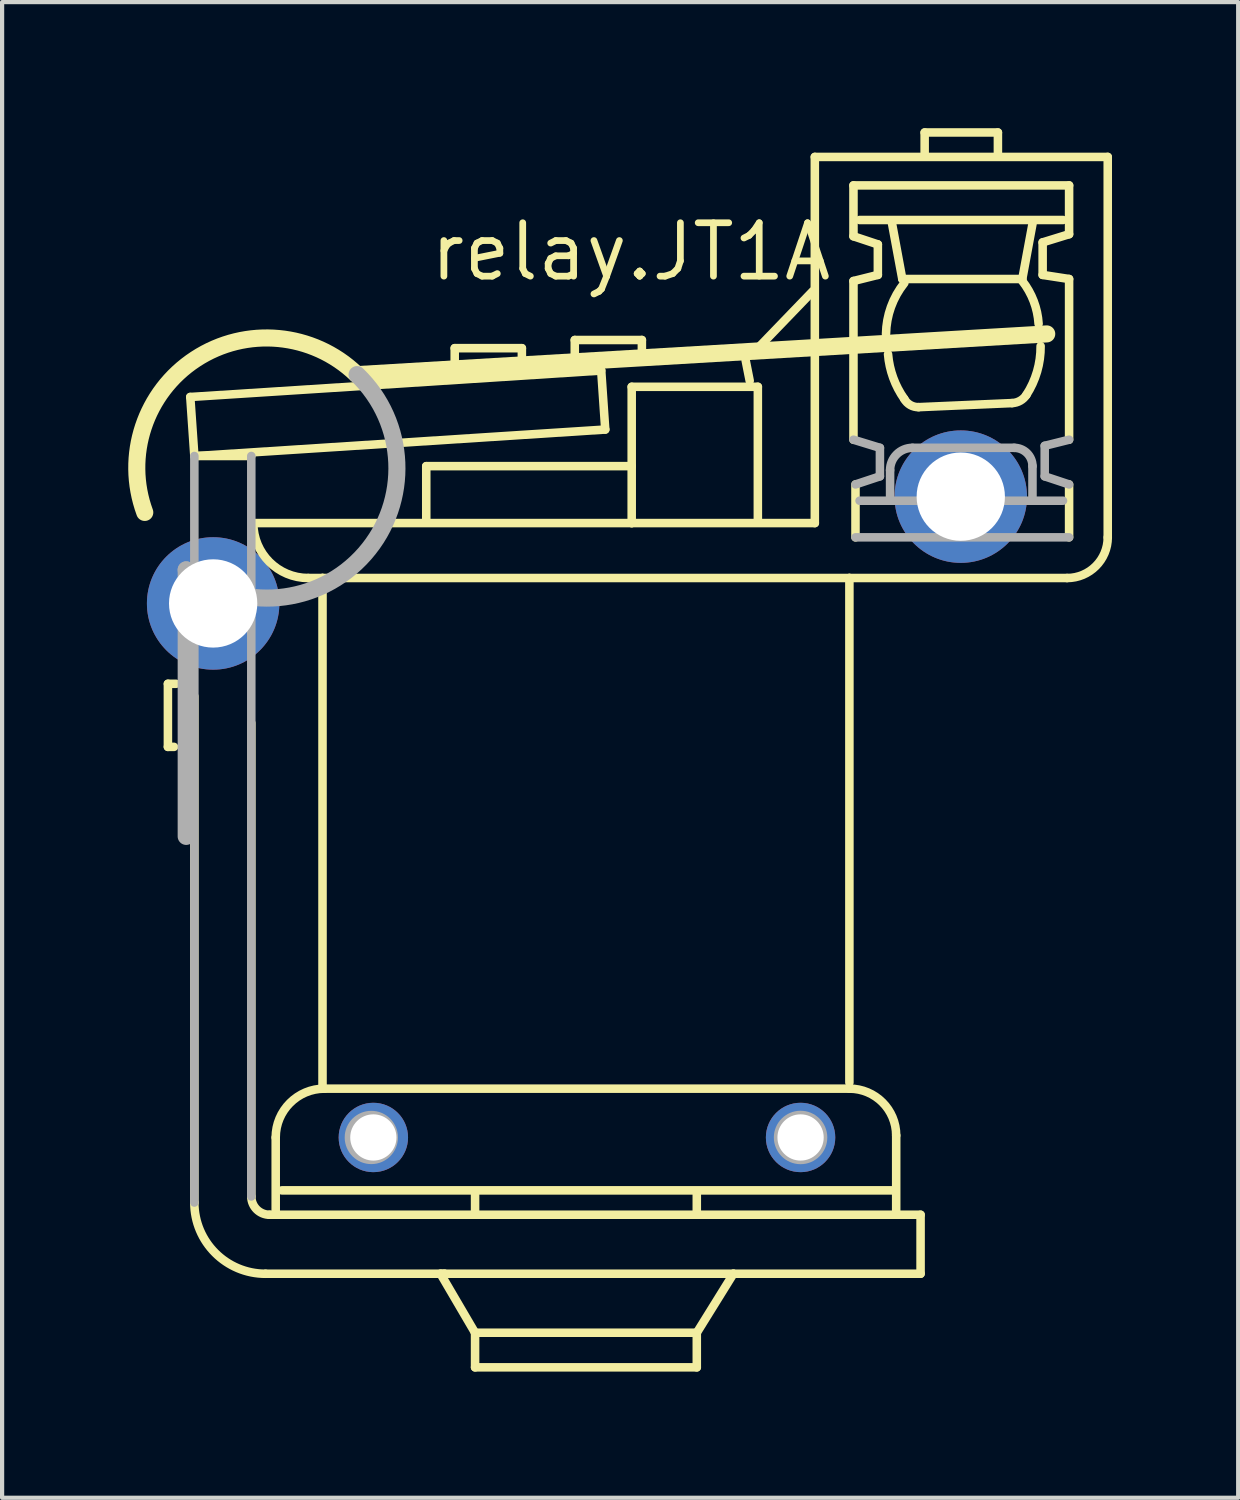
<source format=kicad_pcb>
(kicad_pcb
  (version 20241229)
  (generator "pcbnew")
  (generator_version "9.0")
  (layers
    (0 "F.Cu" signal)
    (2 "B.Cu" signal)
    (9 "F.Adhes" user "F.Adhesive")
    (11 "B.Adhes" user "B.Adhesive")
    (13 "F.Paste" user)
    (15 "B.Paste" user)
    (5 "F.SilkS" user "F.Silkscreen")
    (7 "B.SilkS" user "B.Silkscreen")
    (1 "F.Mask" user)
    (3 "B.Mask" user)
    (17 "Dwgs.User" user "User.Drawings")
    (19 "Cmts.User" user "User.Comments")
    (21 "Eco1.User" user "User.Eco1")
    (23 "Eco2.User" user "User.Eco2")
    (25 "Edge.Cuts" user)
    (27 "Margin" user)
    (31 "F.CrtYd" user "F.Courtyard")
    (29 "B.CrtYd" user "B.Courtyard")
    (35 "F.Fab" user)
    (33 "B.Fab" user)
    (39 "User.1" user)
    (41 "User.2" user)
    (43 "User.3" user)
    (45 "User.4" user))
  (footprint "relay.JT1A"
    (layer "F.Cu")
    (at 10.909 24.001)
    (property "Reference" "relay.JT1A" (at -3.81 -20.32 0) (layer "F.SilkS") (effects (font (size 1.27 1.27) (thickness 0.16)) (justify left bottom)))
    (attr through_hole)
    (fp_line (start -9.966 -10.789) (end -9.966 -9.289) (stroke (width 0.203) (type default)) (layer "F.SilkS"))
    (fp_line (start -9.966 -9.289) (end -9.821 -9.289) (stroke (width 0.203) (type default)) (layer "F.SilkS"))
    (fp_line (start -9.773 -10.789) (end -9.966 -10.789) (stroke (width 0.203) (type default)) (layer "F.SilkS"))
    (fp_line (start -9.434 -17.61) (end -9.337 -16.207) (stroke (width 0.203) (type default)) (layer "F.SilkS"))
    (fp_line (start -9.337 -10.492) (end -9.337 1.548) (stroke (width 0.203) (type default)) (layer "F.SilkS"))
    (fp_line (start -9.289 -16.207) (end -9.337 -16.207) (stroke (width 0.203) (type default)) (layer "F.SilkS"))
    (fp_line (start -9.289 -16.207) (end 0.435 -16.836) (stroke (width 0.203) (type default)) (layer "F.SilkS"))
    (fp_line (start -7.983 -16.207) (end -9.289 -16.207) (stroke (width 0.203) (type default)) (layer "F.SilkS"))
    (fp_line (start -7.983 1.403) (end -7.983 -9.857) (stroke (width 0.203) (type default)) (layer "F.SilkS"))
    (fp_line (start -7.886 -14.611) (end 1.064 -14.611) (stroke (width 0.203) (type default)) (layer "F.SilkS"))
    (fp_line (start -7.644 3.241) (end -3.387 3.241) (stroke (width 0.203) (type default)) (layer "F.SilkS"))
    (fp_line (start -7.402 1.838) (end -7.547 1.838) (stroke (width 0.203) (type default)) (layer "F.SilkS"))
    (fp_line (start -7.402 1.838) (end -7.402 0) (stroke (width 0.203) (type default)) (layer "F.SilkS"))
    (fp_line (start -6.289 -13.305) (end -6.628 -13.305) (stroke (width 0.203) (type default)) (layer "F.SilkS"))
    (fp_line (start -6.289 -13.305) (end 6.241 -13.305) (stroke (width 0.203) (type default)) (layer "F.SilkS"))
    (fp_line (start -6.289 -1.21) (end -6.289 -13.305) (stroke (width 0.203) (type default)) (layer "F.SilkS"))
    (fp_line (start -6.241 -1.161) (end 6.241 -1.161) (stroke (width 0.203) (type default)) (layer "F.SilkS"))
    (fp_line (start -3.822 -15.965) (end 1.064 -15.965) (stroke (width 0.203) (type default)) (layer "F.SilkS"))
    (fp_line (start -3.822 -14.659) (end -3.822 -15.965) (stroke (width 0.203) (type default)) (layer "F.SilkS"))
    (fp_line (start -3.483 3.241) (end -2.661 4.644) (stroke (width 0.203) (type default)) (layer "F.SilkS"))
    (fp_line (start -3.387 3.241) (end -3.483 3.241) (stroke (width 0.203) (type default)) (layer "F.SilkS"))
    (fp_line (start -3.145 -18.771) (end -1.548 -18.771) (stroke (width 0.203) (type default)) (layer "F.SilkS"))
    (fp_line (start -3.145 -18.336) (end -3.145 -18.771) (stroke (width 0.203) (type default)) (layer "F.SilkS"))
    (fp_line (start -2.661 1.742) (end -2.661 1.355) (stroke (width 0.203) (type default)) (layer "F.SilkS"))
    (fp_line (start -2.661 4.644) (end -2.661 5.467) (stroke (width 0.203) (type default)) (layer "F.SilkS"))
    (fp_line (start -2.661 5.467) (end 2.612 5.467) (stroke (width 0.203) (type default)) (layer "F.SilkS"))
    (fp_line (start -1.548 -18.771) (end -1.548 -18.481) (stroke (width 0.203) (type default)) (layer "F.SilkS"))
    (fp_line (start -0.29 -18.965) (end 1.306 -18.965) (stroke (width 0.203) (type default)) (layer "F.SilkS"))
    (fp_line (start -0.29 -18.578) (end -0.29 -18.965) (stroke (width 0.203) (type default)) (layer "F.SilkS"))
    (fp_line (start 0.339 -18.239) (end -9.434 -17.61) (stroke (width 0.203) (type default)) (layer "F.SilkS"))
    (fp_line (start 0.435 -16.836) (end 0.339 -18.239) (stroke (width 0.203) (type default)) (layer "F.SilkS"))
    (fp_line (start 1.064 -17.852) (end 4.064 -17.852) (stroke (width 0.203) (type default)) (layer "F.SilkS"))
    (fp_line (start 1.064 -14.611) (end 1.064 -17.852) (stroke (width 0.203) (type default)) (layer "F.SilkS"))
    (fp_line (start 1.064 -14.611) (end 5.419 -14.611) (stroke (width 0.203) (type default)) (layer "F.SilkS"))
    (fp_line (start 1.306 -18.965) (end 1.306 -18.675) (stroke (width 0.203) (type default)) (layer "F.SilkS"))
    (fp_line (start 2.612 1.742) (end 2.612 1.355) (stroke (width 0.203) (type default)) (layer "F.SilkS"))
    (fp_line (start 2.612 4.644) (end -2.661 4.644) (stroke (width 0.203) (type default)) (layer "F.SilkS"))
    (fp_line (start 2.612 4.644) (end 3.483 3.241) (stroke (width 0.203) (type default)) (layer "F.SilkS"))
    (fp_line (start 2.612 5.467) (end 2.612 4.644) (stroke (width 0.203) (type default)) (layer "F.SilkS"))
    (fp_line (start 3.483 3.241) (end -3.387 3.241) (stroke (width 0.203) (type default)) (layer "F.SilkS"))
    (fp_line (start 3.483 3.241) (end 7.934 3.241) (stroke (width 0.203) (type default)) (layer "F.SilkS"))
    (fp_line (start 3.87 -17.997) (end 3.774 -18.481) (stroke (width 0.203) (type default)) (layer "F.SilkS"))
    (fp_line (start 4.064 -17.852) (end 4.064 -14.659) (stroke (width 0.203) (type default)) (layer "F.SilkS"))
    (fp_line (start 5.37 -20.126) (end 4.064 -18.771) (stroke (width 0.203) (type default)) (layer "F.SilkS"))
    (fp_line (start 5.419 -23.319) (end 12.385 -23.319) (stroke (width 0.203) (type default)) (layer "F.SilkS"))
    (fp_line (start 5.419 -14.611) (end 5.419 -23.319) (stroke (width 0.203) (type default)) (layer "F.SilkS"))
    (fp_line (start 6.241 -13.305) (end 6.241 -1.306) (stroke (width 0.203) (type default)) (layer "F.SilkS"))
    (fp_line (start 6.338 -22.642) (end 6.338 -21.432) (stroke (width 0.203) (type default)) (layer "F.SilkS"))
    (fp_line (start 6.338 -21.432) (end 6.918 -21.239) (stroke (width 0.203) (type default)) (layer "F.SilkS"))
    (fp_line (start 6.338 -20.368) (end 6.338 -16.594) (stroke (width 0.203) (type default)) (layer "F.SilkS"))
    (fp_line (start 6.386 -15.53) (end 6.386 -14.272) (stroke (width 0.203) (type default)) (layer "F.SilkS"))
    (fp_line (start 6.483 -21.819) (end 11.321 -21.819) (stroke (width 0.203) (type default)) (layer "F.SilkS"))
    (fp_line (start 6.918 -21.239) (end 6.918 -20.513) (stroke (width 0.203) (type default)) (layer "F.SilkS"))
    (fp_line (start 6.918 -20.513) (end 6.338 -20.368) (stroke (width 0.203) (type default)) (layer "F.SilkS"))
    (fp_line (start 7.257 -21.723) (end 7.499 -20.416) (stroke (width 0.203) (type default)) (layer "F.SilkS"))
    (fp_line (start 7.257 1.258) (end -7.257 1.258) (stroke (width 0.203) (type default)) (layer "F.SilkS"))
    (fp_line (start 7.354 -0.048) (end 7.354 1.742) (stroke (width 0.203) (type default)) (layer "F.SilkS"))
    (fp_line (start 7.499 -20.416) (end 10.353 -20.416) (stroke (width 0.203) (type default)) (layer "F.SilkS"))
    (fp_line (start 7.886 -17.368) (end 10.111 -17.465) (stroke (width 0.203) (type default)) (layer "F.SilkS"))
    (fp_line (start 7.934 1.838) (end -7.402 1.838) (stroke (width 0.203) (type default)) (layer "F.SilkS"))
    (fp_line (start 7.934 3.241) (end 7.934 1.838) (stroke (width 0.203) (type default)) (layer "F.SilkS"))
    (fp_line (start 8.031 -23.9) (end 9.773 -23.9) (stroke (width 0.203) (type default)) (layer "F.SilkS"))
    (fp_line (start 8.031 -23.367) (end 8.031 -23.9) (stroke (width 0.203) (type default)) (layer "F.SilkS"))
    (fp_line (start 9.773 -23.9) (end 9.773 -23.416) (stroke (width 0.203) (type default)) (layer "F.SilkS"))
    (fp_line (start 10.353 -20.416) (end 10.595 -21.723) (stroke (width 0.203) (type default)) (layer "F.SilkS"))
    (fp_line (start 10.837 -21.287) (end 11.466 -21.481) (stroke (width 0.203) (type default)) (layer "F.SilkS"))
    (fp_line (start 10.837 -20.513) (end 10.837 -21.287) (stroke (width 0.203) (type default)) (layer "F.SilkS"))
    (fp_line (start 10.934 -19.11) (end -5.467 -18.142) (stroke (width 0.406) (type default)) (layer "F.SilkS"))
    (fp_line (start 11.418 -13.305) (end 6.241 -13.305) (stroke (width 0.203) (type default)) (layer "F.SilkS"))
    (fp_line (start 11.466 -22.642) (end 6.338 -22.642) (stroke (width 0.203) (type default)) (layer "F.SilkS"))
    (fp_line (start 11.466 -21.481) (end 11.466 -22.642) (stroke (width 0.203) (type default)) (layer "F.SilkS"))
    (fp_line (start 11.466 -20.416) (end 10.837 -20.513) (stroke (width 0.203) (type default)) (layer "F.SilkS"))
    (fp_line (start 11.466 -16.594) (end 11.466 -20.416) (stroke (width 0.203) (type default)) (layer "F.SilkS"))
    (fp_line (start 11.466 -14.272) (end 11.466 -15.53) (stroke (width 0.203) (type default)) (layer "F.SilkS"))
    (fp_line (start 12.385 -23.319) (end 12.385 -14.272) (stroke (width 0.203) (type default)) (layer "F.SilkS"))
    (fp_arc (start -10.5164 -14.8647) (mid -9.309218 -18.510956) (end -5.4849 -18.1545) (stroke (width 0.4064) (type default)) (layer "F.SilkS"))
    (fp_arc (start -7.644 3.2415) (mid -8.841344 2.745544) (end -9.3373 1.5482) (stroke (width 0.2032) (type default)) (layer "F.SilkS"))
    (fp_arc (start -7.5473 1.8384) (mid -7.855174 1.710874) (end -7.9827 1.403) (stroke (width 0.2032) (type default)) (layer "F.SilkS"))
    (fp_arc (start -7.4021 0) (mid -7.062022 -0.821022) (end -6.241 -1.1611) (stroke (width 0.2032) (type default)) (layer "F.SilkS"))
    (fp_arc (start -6.628 -13.3045) (mid -7.551664 -13.687136) (end -7.9343 -14.6108) (stroke (width 0.2032) (type default)) (layer "F.SilkS"))
    (fp_arc (start 6.241 -1.1611) (mid 7.027868 -0.835168) (end 7.3538 -0.0483) (stroke (width 0.2032) (type default)) (layer "F.SilkS"))
    (fp_arc (start 7.1119 -19.1101) (mid 7.229653 -19.750829) (end 7.5473 -20.3196) (stroke (width 0.2032) (type default)) (layer "F.SilkS"))
    (fp_arc (start 7.5473 -17.5619) (mid 7.282495 -18.068186) (end 7.1602 -18.6263) (stroke (width 0.2032) (type default)) (layer "F.SilkS"))
    (fp_arc (start 7.8859 -17.3684) (mid 7.6898 -17.418254) (end 7.5473 -17.5619) (stroke (width 0.2032) (type default)) (layer "F.SilkS"))
    (fp_arc (start 10.3533 -20.368) (mid 10.624111 -19.889437) (end 10.7404 -19.352) (stroke (width 0.2032) (type default)) (layer "F.SilkS"))
    (fp_arc (start 10.4501 -17.6587) (mid 10.304211 -17.520884) (end 10.1114 -17.4652) (stroke (width 0.2032) (type default)) (layer "F.SilkS"))
    (fp_arc (start 10.7887 -18.8198) (mid 10.704736 -18.214364) (end 10.4501 -17.6587) (stroke (width 0.2032) (type default)) (layer "F.SilkS"))
    (fp_arc (start 12.3853 -14.2721) (mid 12.101897 -13.587903) (end 11.4177 -13.3045) (stroke (width 0.2032) (type default)) (layer "F.SilkS"))
    (fp_line (start -9.531 -13.498) (end -9.531 -7.16) (stroke (width 0.406) (type default)) (layer "F.Fab"))
    (fp_line (start -9.337 -16.207) (end -9.337 1.548) (stroke (width 0.203) (type default)) (layer "F.Fab"))
    (fp_line (start -7.983 1.403) (end -7.983 -16.207) (stroke (width 0.203) (type default)) (layer "F.Fab"))
    (fp_line (start 6.338 -16.594) (end 6.967 -16.401) (stroke (width 0.203) (type default)) (layer "F.Fab"))
    (fp_line (start 6.386 -14.272) (end 11.466 -14.272) (stroke (width 0.203) (type default)) (layer "F.Fab"))
    (fp_line (start 6.483 -15.143) (end 11.321 -15.143) (stroke (width 0.203) (type default)) (layer "F.Fab"))
    (fp_line (start 6.967 -16.401) (end 6.967 -15.723) (stroke (width 0.203) (type default)) (layer "F.Fab"))
    (fp_line (start 6.967 -15.723) (end 6.386 -15.53) (stroke (width 0.203) (type default)) (layer "F.Fab"))
    (fp_line (start 7.209 -15.24) (end 7.209 -15.869) (stroke (width 0.203) (type default)) (layer "F.Fab"))
    (fp_line (start 7.741 -16.401) (end 10.16 -16.401) (stroke (width 0.203) (type default)) (layer "F.Fab"))
    (fp_line (start 10.595 -15.965) (end 10.595 -15.24) (stroke (width 0.203) (type default)) (layer "F.Fab"))
    (fp_line (start 10.886 -16.449) (end 11.466 -16.594) (stroke (width 0.203) (type default)) (layer "F.Fab"))
    (fp_line (start 10.886 -15.723) (end 10.886 -16.449) (stroke (width 0.203) (type default)) (layer "F.Fab"))
    (fp_line (start 11.466 -15.53) (end 10.886 -15.723) (stroke (width 0.203) (type default)) (layer "F.Fab"))
    (fp_arc (start -5.4669 -18.1425) (mid -5.283093 -13.881389) (end -9.5309 -13.498) (stroke (width 0.4064) (type default)) (layer "F.Fab"))
    (fp_arc (start 7.2086 -15.8686) (mid 7.364478 -16.244922) (end 7.7408 -16.4008) (stroke (width 0.2032) (type default)) (layer "F.Fab"))
    (fp_arc (start 10.1598 -16.4008) (mid 10.467674 -16.273274) (end 10.5952 -15.9654) (stroke (width 0.2032) (type default)) (layer "F.Fab"))
    (fp_circle (center -5.128 0) (end -4.596 0) (stroke (width 0.203) (type default)) (fill no) (layer "F.Fab"))
    (fp_circle (center 5.08 0) (end 5.614 0) (stroke (width 0.203) (type default)) (fill no) (layer "F.Fab"))
    (pad "1" thru_hole circle (at 5.08 0 180) (size 1.65 1.65) (drill 1.1) (layers "*.Cu" "*.Mask"))
    (pad "2" thru_hole circle (at -5.08 0 180) (size 1.65 1.65) (drill 1.1) (layers "*.Cu" "*.Mask"))
    (pad "C" thru_hole circle (at -8.89 -12.7 180) (size 3.15 3.15) (drill 2.1) (layers "*.Cu" "*.Mask"))
    (pad "NO" thru_hole circle (at 8.89 -15.24 180) (size 3.15 3.15) (drill 2.1) (layers "*.Cu" "*.Mask")))
  (gr_rect
    (start -3 -3)
    (end 26.396 32.57)
    (stroke (width 0.1) (type default))
    (fill no)
    (layer "Edge.Cuts")))
</source>
